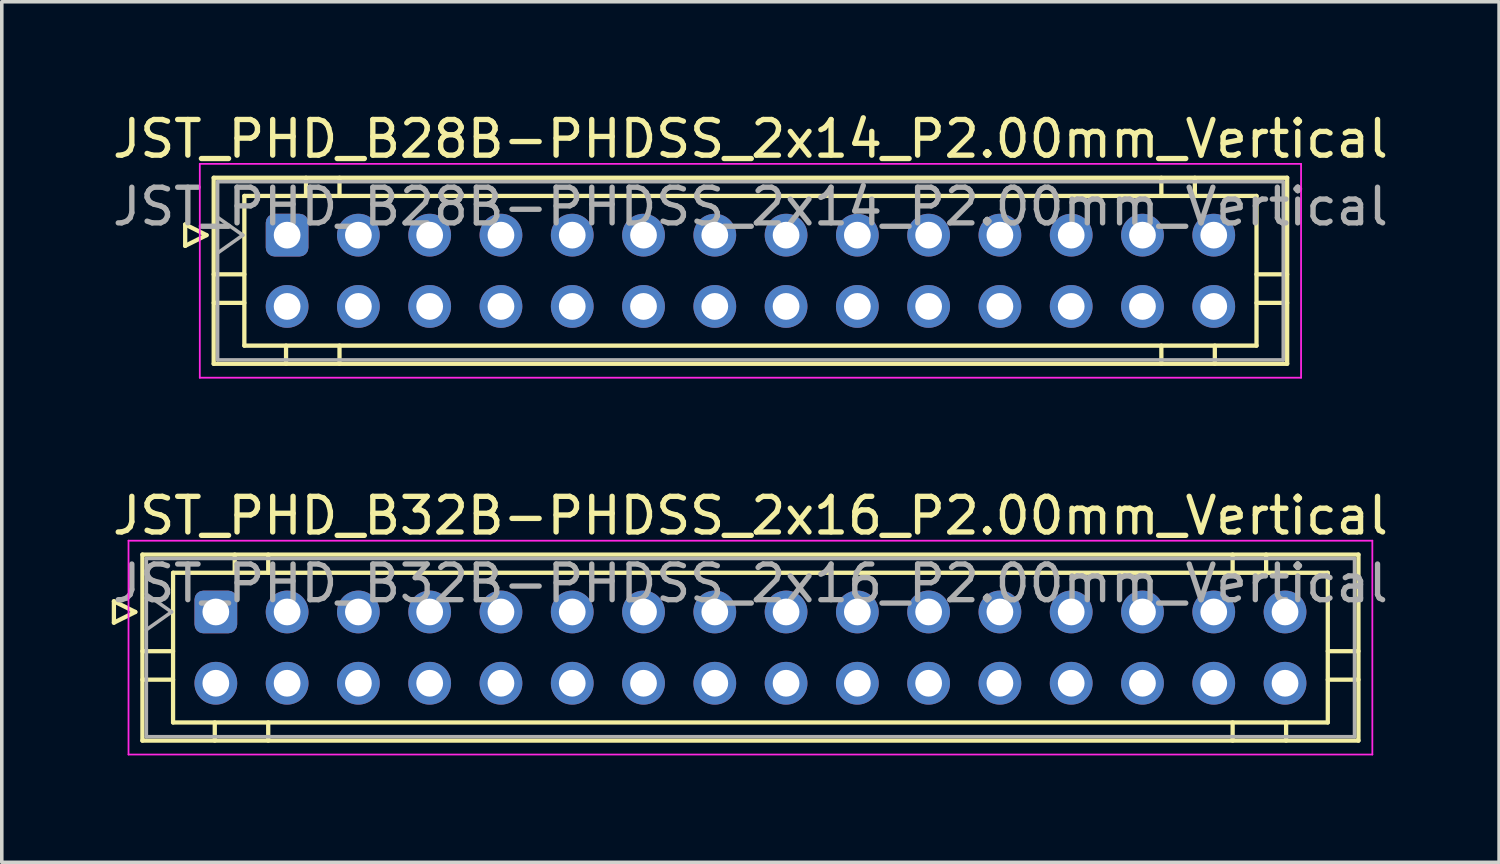
<source format=kicad_pcb>
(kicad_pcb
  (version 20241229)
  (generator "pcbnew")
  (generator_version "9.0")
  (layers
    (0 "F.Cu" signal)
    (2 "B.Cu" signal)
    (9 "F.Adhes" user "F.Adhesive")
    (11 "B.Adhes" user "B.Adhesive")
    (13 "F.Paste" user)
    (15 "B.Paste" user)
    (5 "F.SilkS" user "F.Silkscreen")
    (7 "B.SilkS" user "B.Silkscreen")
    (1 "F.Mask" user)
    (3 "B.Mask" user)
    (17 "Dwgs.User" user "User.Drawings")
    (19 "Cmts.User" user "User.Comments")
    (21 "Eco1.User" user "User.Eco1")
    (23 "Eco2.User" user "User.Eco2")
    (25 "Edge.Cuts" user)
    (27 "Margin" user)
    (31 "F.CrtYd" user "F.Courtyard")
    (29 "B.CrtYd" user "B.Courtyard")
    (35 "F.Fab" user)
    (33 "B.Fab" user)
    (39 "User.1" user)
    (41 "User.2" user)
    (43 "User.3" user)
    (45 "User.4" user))
  (footprint "JST_PHD_B28B-PHDSS_2x14_P2.00mm_Vertical"
    (layer "F.Cu")
    (at 5.006 3.548)
    (property "Reference" "JST_PHD_B28B-PHDSS_2x14_P2.00mm_Vertical" (at 13 -2.7 0) (layer "F.SilkS") (effects (font (size 1 1) (thickness 0.15))))
    (attr through_hole)
    (fp_line (start -2.86 -0.3) (end -2.26 0) (stroke (width 0.12) (type solid)) (layer "F.SilkS"))
    (fp_line (start -2.86 0.3) (end -2.86 -0.3) (stroke (width 0.12) (type solid)) (layer "F.SilkS"))
    (fp_line (start -2.26 0) (end -2.86 0.3) (stroke (width 0.12) (type solid)) (layer "F.SilkS"))
    (fp_line (start -2.06 -1.61) (end -2.06 3.61) (stroke (width 0.12) (type solid)) (layer "F.SilkS"))
    (fp_line (start -2.06 1.1) (end -1.2 1.1) (stroke (width 0.12) (type solid)) (layer "F.SilkS"))
    (fp_line (start -2.06 1.9) (end -1.2 1.9) (stroke (width 0.12) (type solid)) (layer "F.SilkS"))
    (fp_line (start -2.06 3.61) (end 28.06 3.61) (stroke (width 0.12) (type solid)) (layer "F.SilkS"))
    (fp_line (start -1.2 -1.1) (end -1.2 3.1) (stroke (width 0.12) (type solid)) (layer "F.SilkS"))
    (fp_line (start -1.2 3.1) (end 27.2 3.1) (stroke (width 0.12) (type solid)) (layer "F.SilkS"))
    (fp_line (start -0.03 3.61) (end -0.03 3.1) (stroke (width 0.12) (type solid)) (layer "F.SilkS"))
    (fp_line (start 0.53 -1.61) (end 0.53 -1.1) (stroke (width 0.12) (type solid)) (layer "F.SilkS"))
    (fp_line (start 1.47 -1.61) (end 1.47 -1.1) (stroke (width 0.12) (type solid)) (layer "F.SilkS"))
    (fp_line (start 1.47 3.61) (end 1.47 3.1) (stroke (width 0.12) (type solid)) (layer "F.SilkS"))
    (fp_line (start 24.53 -1.61) (end 24.53 -1.1) (stroke (width 0.12) (type solid)) (layer "F.SilkS"))
    (fp_line (start 24.53 3.61) (end 24.53 3.1) (stroke (width 0.12) (type solid)) (layer "F.SilkS"))
    (fp_line (start 25.47 -1.61) (end 25.47 -1.1) (stroke (width 0.12) (type solid)) (layer "F.SilkS"))
    (fp_line (start 26.03 3.61) (end 26.03 3.1) (stroke (width 0.12) (type solid)) (layer "F.SilkS"))
    (fp_line (start 27.2 -1.1) (end -1.2 -1.1) (stroke (width 0.12) (type solid)) (layer "F.SilkS"))
    (fp_line (start 27.2 3.1) (end 27.2 -1.1) (stroke (width 0.12) (type solid)) (layer "F.SilkS"))
    (fp_line (start 28.06 -1.61) (end -2.06 -1.61) (stroke (width 0.12) (type solid)) (layer "F.SilkS"))
    (fp_line (start 28.06 1.1) (end 27.2 1.1) (stroke (width 0.12) (type solid)) (layer "F.SilkS"))
    (fp_line (start 28.06 1.9) (end 27.2 1.9) (stroke (width 0.12) (type solid)) (layer "F.SilkS"))
    (fp_line (start 28.06 3.61) (end 28.06 -1.61) (stroke (width 0.12) (type solid)) (layer "F.SilkS"))
    (fp_line (start -2.45 -2) (end -2.45 4) (stroke (width 0.05) (type solid)) (layer "F.CrtYd"))
    (fp_line (start -2.45 4) (end 28.45 4) (stroke (width 0.05) (type solid)) (layer "F.CrtYd"))
    (fp_line (start 28.45 -2) (end -2.45 -2) (stroke (width 0.05) (type solid)) (layer "F.CrtYd"))
    (fp_line (start 28.45 4) (end 28.45 -2) (stroke (width 0.05) (type solid)) (layer "F.CrtYd"))
    (fp_line (start -1.95 -1.5) (end -1.95 3.5) (stroke (width 0.1) (type solid)) (layer "F.Fab"))
    (fp_line (start -1.95 0.5) (end -1.243 0) (stroke (width 0.1) (type solid)) (layer "F.Fab"))
    (fp_line (start -1.95 3.5) (end 27.95 3.5) (stroke (width 0.1) (type solid)) (layer "F.Fab"))
    (fp_line (start -1.243 0) (end -1.95 -0.5) (stroke (width 0.1) (type solid)) (layer "F.Fab"))
    (fp_line (start 27.95 -1.5) (end -1.95 -1.5) (stroke (width 0.1) (type solid)) (layer "F.Fab"))
    (fp_line (start 27.95 3.5) (end 27.95 -1.5) (stroke (width 0.1) (type solid)) (layer "F.Fab"))
    (fp_text user "${REFERENCE}" (at 13 -0.8 0) (layer "F.Fab") (effects (font (size 1 1) (thickness 0.15))))
    (pad "1" thru_hole roundrect (at 0 0) (size 1.2 1.2) (drill 0.75) (layers "*.Cu" "*.Mask") (roundrect_rratio 0.208))
    (pad "2" thru_hole circle (at 0 2) (size 1.2 1.2) (drill 0.75) (layers "*.Cu" "*.Mask"))
    (pad "3" thru_hole circle (at 2 0) (size 1.2 1.2) (drill 0.75) (layers "*.Cu" "*.Mask"))
    (pad "4" thru_hole circle (at 2 2) (size 1.2 1.2) (drill 0.75) (layers "*.Cu" "*.Mask"))
    (pad "5" thru_hole circle (at 4 0) (size 1.2 1.2) (drill 0.75) (layers "*.Cu" "*.Mask"))
    (pad "6" thru_hole circle (at 4 2) (size 1.2 1.2) (drill 0.75) (layers "*.Cu" "*.Mask"))
    (pad "7" thru_hole circle (at 6 0) (size 1.2 1.2) (drill 0.75) (layers "*.Cu" "*.Mask"))
    (pad "8" thru_hole circle (at 6 2) (size 1.2 1.2) (drill 0.75) (layers "*.Cu" "*.Mask"))
    (pad "9" thru_hole circle (at 8 0) (size 1.2 1.2) (drill 0.75) (layers "*.Cu" "*.Mask"))
    (pad "10" thru_hole circle (at 8 2) (size 1.2 1.2) (drill 0.75) (layers "*.Cu" "*.Mask"))
    (pad "11" thru_hole circle (at 10 0) (size 1.2 1.2) (drill 0.75) (layers "*.Cu" "*.Mask"))
    (pad "12" thru_hole circle (at 10 2) (size 1.2 1.2) (drill 0.75) (layers "*.Cu" "*.Mask"))
    (pad "13" thru_hole circle (at 12 0) (size 1.2 1.2) (drill 0.75) (layers "*.Cu" "*.Mask"))
    (pad "14" thru_hole circle (at 12 2) (size 1.2 1.2) (drill 0.75) (layers "*.Cu" "*.Mask"))
    (pad "15" thru_hole circle (at 14 0) (size 1.2 1.2) (drill 0.75) (layers "*.Cu" "*.Mask"))
    (pad "16" thru_hole circle (at 14 2) (size 1.2 1.2) (drill 0.75) (layers "*.Cu" "*.Mask"))
    (pad "17" thru_hole circle (at 16 0) (size 1.2 1.2) (drill 0.75) (layers "*.Cu" "*.Mask"))
    (pad "18" thru_hole circle (at 16 2) (size 1.2 1.2) (drill 0.75) (layers "*.Cu" "*.Mask"))
    (pad "19" thru_hole circle (at 18 0) (size 1.2 1.2) (drill 0.75) (layers "*.Cu" "*.Mask"))
    (pad "20" thru_hole circle (at 18 2) (size 1.2 1.2) (drill 0.75) (layers "*.Cu" "*.Mask"))
    (pad "21" thru_hole circle (at 20 0) (size 1.2 1.2) (drill 0.75) (layers "*.Cu" "*.Mask"))
    (pad "22" thru_hole circle (at 20 2) (size 1.2 1.2) (drill 0.75) (layers "*.Cu" "*.Mask"))
    (pad "23" thru_hole circle (at 22 0) (size 1.2 1.2) (drill 0.75) (layers "*.Cu" "*.Mask"))
    (pad "24" thru_hole circle (at 22 2) (size 1.2 1.2) (drill 0.75) (layers "*.Cu" "*.Mask"))
    (pad "25" thru_hole circle (at 24 0) (size 1.2 1.2) (drill 0.75) (layers "*.Cu" "*.Mask"))
    (pad "26" thru_hole circle (at 24 2) (size 1.2 1.2) (drill 0.75) (layers "*.Cu" "*.Mask"))
    (pad "27" thru_hole circle (at 26 0) (size 1.2 1.2) (drill 0.75) (layers "*.Cu" "*.Mask"))
    (pad "28" thru_hole circle (at 26 2) (size 1.2 1.2) (drill 0.75) (layers "*.Cu" "*.Mask")))
  (footprint "JST_PHD_B32B-PHDSS_2x16_P2.00mm_Vertical"
    (layer "F.Cu")
    (at 3.006 14.121)
    (property "Reference" "JST_PHD_B32B-PHDSS_2x16_P2.00mm_Vertical" (at 15 -2.7 0) (layer "F.SilkS") (effects (font (size 1 1) (thickness 0.15))))
    (attr through_hole)
    (fp_line (start -2.86 -0.3) (end -2.26 0) (stroke (width 0.12) (type solid)) (layer "F.SilkS"))
    (fp_line (start -2.86 0.3) (end -2.86 -0.3) (stroke (width 0.12) (type solid)) (layer "F.SilkS"))
    (fp_line (start -2.26 0) (end -2.86 0.3) (stroke (width 0.12) (type solid)) (layer "F.SilkS"))
    (fp_line (start -2.06 -1.61) (end -2.06 3.61) (stroke (width 0.12) (type solid)) (layer "F.SilkS"))
    (fp_line (start -2.06 1.1) (end -1.2 1.1) (stroke (width 0.12) (type solid)) (layer "F.SilkS"))
    (fp_line (start -2.06 1.9) (end -1.2 1.9) (stroke (width 0.12) (type solid)) (layer "F.SilkS"))
    (fp_line (start -2.06 3.61) (end 32.06 3.61) (stroke (width 0.12) (type solid)) (layer "F.SilkS"))
    (fp_line (start -1.2 -1.1) (end -1.2 3.1) (stroke (width 0.12) (type solid)) (layer "F.SilkS"))
    (fp_line (start -1.2 3.1) (end 31.2 3.1) (stroke (width 0.12) (type solid)) (layer "F.SilkS"))
    (fp_line (start -0.03 3.61) (end -0.03 3.1) (stroke (width 0.12) (type solid)) (layer "F.SilkS"))
    (fp_line (start 0.53 -1.61) (end 0.53 -1.1) (stroke (width 0.12) (type solid)) (layer "F.SilkS"))
    (fp_line (start 1.47 -1.61) (end 1.47 -1.1) (stroke (width 0.12) (type solid)) (layer "F.SilkS"))
    (fp_line (start 1.47 3.61) (end 1.47 3.1) (stroke (width 0.12) (type solid)) (layer "F.SilkS"))
    (fp_line (start 28.53 -1.61) (end 28.53 -1.1) (stroke (width 0.12) (type solid)) (layer "F.SilkS"))
    (fp_line (start 28.53 3.61) (end 28.53 3.1) (stroke (width 0.12) (type solid)) (layer "F.SilkS"))
    (fp_line (start 29.47 -1.61) (end 29.47 -1.1) (stroke (width 0.12) (type solid)) (layer "F.SilkS"))
    (fp_line (start 30.03 3.61) (end 30.03 3.1) (stroke (width 0.12) (type solid)) (layer "F.SilkS"))
    (fp_line (start 31.2 -1.1) (end -1.2 -1.1) (stroke (width 0.12) (type solid)) (layer "F.SilkS"))
    (fp_line (start 31.2 3.1) (end 31.2 -1.1) (stroke (width 0.12) (type solid)) (layer "F.SilkS"))
    (fp_line (start 32.06 -1.61) (end -2.06 -1.61) (stroke (width 0.12) (type solid)) (layer "F.SilkS"))
    (fp_line (start 32.06 1.1) (end 31.2 1.1) (stroke (width 0.12) (type solid)) (layer "F.SilkS"))
    (fp_line (start 32.06 1.9) (end 31.2 1.9) (stroke (width 0.12) (type solid)) (layer "F.SilkS"))
    (fp_line (start 32.06 3.61) (end 32.06 -1.61) (stroke (width 0.12) (type solid)) (layer "F.SilkS"))
    (fp_line (start -2.45 -2) (end -2.45 4) (stroke (width 0.05) (type solid)) (layer "F.CrtYd"))
    (fp_line (start -2.45 4) (end 32.45 4) (stroke (width 0.05) (type solid)) (layer "F.CrtYd"))
    (fp_line (start 32.45 -2) (end -2.45 -2) (stroke (width 0.05) (type solid)) (layer "F.CrtYd"))
    (fp_line (start 32.45 4) (end 32.45 -2) (stroke (width 0.05) (type solid)) (layer "F.CrtYd"))
    (fp_line (start -1.95 -1.5) (end -1.95 3.5) (stroke (width 0.1) (type solid)) (layer "F.Fab"))
    (fp_line (start -1.95 0.5) (end -1.243 0) (stroke (width 0.1) (type solid)) (layer "F.Fab"))
    (fp_line (start -1.95 3.5) (end 31.95 3.5) (stroke (width 0.1) (type solid)) (layer "F.Fab"))
    (fp_line (start -1.243 0) (end -1.95 -0.5) (stroke (width 0.1) (type solid)) (layer "F.Fab"))
    (fp_line (start 31.95 -1.5) (end -1.95 -1.5) (stroke (width 0.1) (type solid)) (layer "F.Fab"))
    (fp_line (start 31.95 3.5) (end 31.95 -1.5) (stroke (width 0.1) (type solid)) (layer "F.Fab"))
    (fp_text user "${REFERENCE}" (at 15 -0.8 0) (layer "F.Fab") (effects (font (size 1 1) (thickness 0.15))))
    (pad "1" thru_hole roundrect (at 0 0) (size 1.2 1.2) (drill 0.75) (layers "*.Cu" "*.Mask") (roundrect_rratio 0.208))
    (pad "2" thru_hole circle (at 0 2) (size 1.2 1.2) (drill 0.75) (layers "*.Cu" "*.Mask"))
    (pad "3" thru_hole circle (at 2 0) (size 1.2 1.2) (drill 0.75) (layers "*.Cu" "*.Mask"))
    (pad "4" thru_hole circle (at 2 2) (size 1.2 1.2) (drill 0.75) (layers "*.Cu" "*.Mask"))
    (pad "5" thru_hole circle (at 4 0) (size 1.2 1.2) (drill 0.75) (layers "*.Cu" "*.Mask"))
    (pad "6" thru_hole circle (at 4 2) (size 1.2 1.2) (drill 0.75) (layers "*.Cu" "*.Mask"))
    (pad "7" thru_hole circle (at 6 0) (size 1.2 1.2) (drill 0.75) (layers "*.Cu" "*.Mask"))
    (pad "8" thru_hole circle (at 6 2) (size 1.2 1.2) (drill 0.75) (layers "*.Cu" "*.Mask"))
    (pad "9" thru_hole circle (at 8 0) (size 1.2 1.2) (drill 0.75) (layers "*.Cu" "*.Mask"))
    (pad "10" thru_hole circle (at 8 2) (size 1.2 1.2) (drill 0.75) (layers "*.Cu" "*.Mask"))
    (pad "11" thru_hole circle (at 10 0) (size 1.2 1.2) (drill 0.75) (layers "*.Cu" "*.Mask"))
    (pad "12" thru_hole circle (at 10 2) (size 1.2 1.2) (drill 0.75) (layers "*.Cu" "*.Mask"))
    (pad "13" thru_hole circle (at 12 0) (size 1.2 1.2) (drill 0.75) (layers "*.Cu" "*.Mask"))
    (pad "14" thru_hole circle (at 12 2) (size 1.2 1.2) (drill 0.75) (layers "*.Cu" "*.Mask"))
    (pad "15" thru_hole circle (at 14 0) (size 1.2 1.2) (drill 0.75) (layers "*.Cu" "*.Mask"))
    (pad "16" thru_hole circle (at 14 2) (size 1.2 1.2) (drill 0.75) (layers "*.Cu" "*.Mask"))
    (pad "17" thru_hole circle (at 16 0) (size 1.2 1.2) (drill 0.75) (layers "*.Cu" "*.Mask"))
    (pad "18" thru_hole circle (at 16 2) (size 1.2 1.2) (drill 0.75) (layers "*.Cu" "*.Mask"))
    (pad "19" thru_hole circle (at 18 0) (size 1.2 1.2) (drill 0.75) (layers "*.Cu" "*.Mask"))
    (pad "20" thru_hole circle (at 18 2) (size 1.2 1.2) (drill 0.75) (layers "*.Cu" "*.Mask"))
    (pad "21" thru_hole circle (at 20 0) (size 1.2 1.2) (drill 0.75) (layers "*.Cu" "*.Mask"))
    (pad "22" thru_hole circle (at 20 2) (size 1.2 1.2) (drill 0.75) (layers "*.Cu" "*.Mask"))
    (pad "23" thru_hole circle (at 22 0) (size 1.2 1.2) (drill 0.75) (layers "*.Cu" "*.Mask"))
    (pad "24" thru_hole circle (at 22 2) (size 1.2 1.2) (drill 0.75) (layers "*.Cu" "*.Mask"))
    (pad "25" thru_hole circle (at 24 0) (size 1.2 1.2) (drill 0.75) (layers "*.Cu" "*.Mask"))
    (pad "26" thru_hole circle (at 24 2) (size 1.2 1.2) (drill 0.75) (layers "*.Cu" "*.Mask"))
    (pad "27" thru_hole circle (at 26 0) (size 1.2 1.2) (drill 0.75) (layers "*.Cu" "*.Mask"))
    (pad "28" thru_hole circle (at 26 2) (size 1.2 1.2) (drill 0.75) (layers "*.Cu" "*.Mask"))
    (pad "29" thru_hole circle (at 28 0) (size 1.2 1.2) (drill 0.75) (layers "*.Cu" "*.Mask"))
    (pad "30" thru_hole circle (at 28 2) (size 1.2 1.2) (drill 0.75) (layers "*.Cu" "*.Mask"))
    (pad "31" thru_hole circle (at 30 0) (size 1.2 1.2) (drill 0.75) (layers "*.Cu" "*.Mask"))
    (pad "32" thru_hole circle (at 30 2) (size 1.2 1.2) (drill 0.75) (layers "*.Cu" "*.Mask")))
  (gr_rect
    (start -3 -3)
    (end 39.012 21.146)
    (stroke (width 0.1) (type default))
    (fill no)
    (layer "Edge.Cuts")))
</source>
